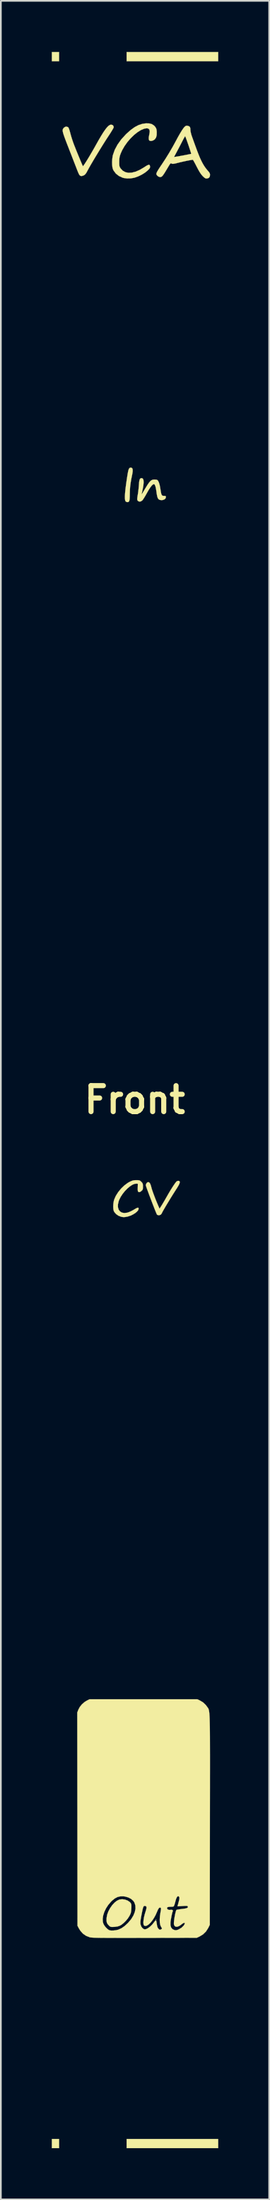
<source format=kicad_pcb>
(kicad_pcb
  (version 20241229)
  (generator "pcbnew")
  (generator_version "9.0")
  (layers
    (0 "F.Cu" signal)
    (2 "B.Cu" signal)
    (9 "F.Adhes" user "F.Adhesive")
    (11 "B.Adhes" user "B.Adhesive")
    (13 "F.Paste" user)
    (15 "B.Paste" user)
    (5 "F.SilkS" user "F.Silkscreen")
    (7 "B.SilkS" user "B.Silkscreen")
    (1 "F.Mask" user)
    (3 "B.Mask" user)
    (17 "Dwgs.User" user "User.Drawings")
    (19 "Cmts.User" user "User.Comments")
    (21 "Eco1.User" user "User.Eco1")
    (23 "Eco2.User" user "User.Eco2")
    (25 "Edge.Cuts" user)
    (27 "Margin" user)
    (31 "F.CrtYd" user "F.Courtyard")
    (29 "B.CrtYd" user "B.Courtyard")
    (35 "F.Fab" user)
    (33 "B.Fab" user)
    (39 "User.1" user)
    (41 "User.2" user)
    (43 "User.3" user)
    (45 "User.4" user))
  (footprint "Front"
    (layer "F.Cu")
    (at 4.887 61.501)
    (property "Reference" "Front" (at 0 0 0) (layer "F.SilkS") (effects (font (size 1.524 1.524) (thickness 0.3))))
    (attr through_hole)
    (fp_poly (pts (xy -4.459 -60.96) (xy -4.882 -60.96) (xy -4.882 -61.496) (xy -4.459 -61.496) (xy -4.459 -60.96)) (stroke (width 0.01) (type solid)) (fill yes) (layer "F.SilkS"))
    (fp_poly (pts (xy -4.459 61.524) (xy -4.882 61.524) (xy -4.882 60.988) (xy -4.459 60.988) (xy -4.459 61.524)) (stroke (width 0.01) (type solid)) (fill yes) (layer "F.SilkS"))
    (fp_poly (pts (xy 1.27 48.105) (xy 1.256 48.119) (xy 1.242 48.105) (xy 1.256 48.091) (xy 1.27 48.105)) (stroke (width 0.01) (type solid)) (fill yes) (layer "F.SilkS"))
    (fp_poly (pts (xy 4.911 -60.96) (xy -0.48 -60.96) (xy -0.48 -61.496) (xy 4.911 -61.496) (xy 4.911 -60.96)) (stroke (width 0.01) (type solid)) (fill yes) (layer "F.SilkS"))
    (fp_poly (pts (xy 4.911 61.524) (xy -0.48 61.524) (xy -0.48 60.988) (xy 4.911 60.988) (xy 4.911 61.524)) (stroke (width 0.01) (type solid)) (fill yes) (layer "F.SilkS"))
    (fp_poly (pts (xy -0.212 -37.105) (xy -0.154 -37.074) (xy -0.124 -37) (xy -0.123 -36.879) (xy -0.15 -36.712) (xy -0.151 -36.708) (xy -0.206 -36.44) (xy -0.245 -36.21) (xy -0.272 -36) (xy -0.287 -35.795) (xy -0.293 -35.578) (xy -0.293 -35.571) (xy -0.296 -35.392) (xy -0.304 -35.262) (xy -0.319 -35.173) (xy -0.343 -35.118) (xy -0.378 -35.09) (xy -0.426 -35.08) (xy -0.437 -35.08) (xy -0.506 -35.1) (xy -0.54 -35.127) (xy -0.566 -35.185) (xy -0.58 -35.284) (xy -0.582 -35.425) (xy -0.571 -35.61) (xy -0.548 -35.843) (xy -0.513 -36.124) (xy -0.464 -36.457) (xy -0.424 -36.712) (xy -0.394 -36.875) (xy -0.364 -36.989) (xy -0.329 -37.061) (xy -0.285 -37.098) (xy -0.23 -37.106) (xy -0.212 -37.105)) (stroke (width 0.01) (type solid)) (fill yes) (layer "F.SilkS"))
    (fp_poly (pts (xy -0.577 46.936) (xy -0.423 46.992) (xy -0.297 47.077) (xy -0.254 47.123) (xy -0.224 47.167) (xy -0.207 47.214) (xy -0.199 47.28) (xy -0.2 47.38) (xy -0.203 47.456) (xy -0.211 47.588) (xy -0.226 47.686) (xy -0.252 47.77) (xy -0.296 47.861) (xy -0.311 47.89) (xy -0.407 48.04) (xy -0.531 48.189) (xy -0.668 48.323) (xy -0.805 48.426) (xy -0.867 48.461) (xy -0.997 48.509) (xy -1.155 48.533) (xy -1.217 48.538) (xy -1.326 48.542) (xy -1.397 48.538) (xy -1.446 48.522) (xy -1.491 48.488) (xy -1.534 48.446) (xy -1.602 48.369) (xy -1.643 48.294) (xy -1.662 48.203) (xy -1.663 48.082) (xy -1.658 48.002) (xy -1.625 47.818) (xy -1.555 47.628) (xy -1.455 47.441) (xy -1.334 47.268) (xy -1.197 47.119) (xy -1.054 47.005) (xy -0.91 46.936) (xy -0.894 46.931) (xy -0.739 46.914) (xy -0.577 46.936)) (stroke (width 0.01) (type solid)) (fill yes) (layer "F.SilkS"))
    (fp_poly (pts (xy 2.595 4.755) (xy 2.637 4.781) (xy 2.651 4.827) (xy 2.636 4.898) (xy 2.59 4.999) (xy 2.511 5.135) (xy 2.43 5.261) (xy 2.334 5.411) (xy 2.228 5.578) (xy 2.118 5.755) (xy 2.008 5.935) (xy 1.902 6.109) (xy 1.806 6.269) (xy 1.723 6.41) (xy 1.659 6.522) (xy 1.618 6.599) (xy 1.607 6.624) (xy 1.568 6.693) (xy 1.53 6.735) (xy 1.457 6.767) (xy 1.379 6.769) (xy 1.317 6.742) (xy 1.302 6.724) (xy 1.277 6.669) (xy 1.237 6.573) (xy 1.184 6.443) (xy 1.123 6.287) (xy 1.055 6.113) (xy 0.984 5.928) (xy 0.913 5.742) (xy 0.844 5.56) (xy 0.782 5.392) (xy 0.728 5.246) (xy 0.686 5.128) (xy 0.659 5.047) (xy 0.649 5.012) (xy 0.667 4.935) (xy 0.712 4.868) (xy 0.769 4.829) (xy 0.787 4.826) (xy 0.85 4.847) (xy 0.902 4.912) (xy 0.947 5.026) (xy 0.973 5.122) (xy 1.002 5.229) (xy 1.051 5.376) (xy 1.115 5.552) (xy 1.188 5.745) (xy 1.268 5.946) (xy 1.35 6.141) (xy 1.391 6.235) (xy 1.459 6.389) (xy 1.566 6.221) (xy 1.622 6.131) (xy 1.696 6.007) (xy 1.779 5.866) (xy 1.86 5.723) (xy 1.865 5.715) (xy 1.986 5.504) (xy 2.103 5.308) (xy 2.212 5.134) (xy 2.309 4.987) (xy 2.389 4.874) (xy 2.45 4.8) (xy 2.475 4.777) (xy 2.547 4.752) (xy 2.595 4.755)) (stroke (width 0.01) (type solid)) (fill yes) (layer "F.SilkS"))
    (fp_poly (pts (xy 0.197 4.715) (xy 0.266 4.725) (xy 0.317 4.749) (xy 0.368 4.794) (xy 0.384 4.809) (xy 0.436 4.866) (xy 0.465 4.917) (xy 0.477 4.984) (xy 0.48 5.085) (xy 0.48 5.089) (xy 0.478 5.191) (xy 0.467 5.255) (xy 0.441 5.3) (xy 0.394 5.344) (xy 0.393 5.346) (xy 0.317 5.401) (xy 0.259 5.416) (xy 0.204 5.395) (xy 0.203 5.395) (xy 0.184 5.361) (xy 0.174 5.286) (xy 0.175 5.163) (xy 0.175 5.148) (xy 0.183 4.925) (xy 0.103 4.916) (xy -0.011 4.928) (xy -0.143 4.984) (xy -0.286 5.077) (xy -0.433 5.2) (xy -0.576 5.346) (xy -0.708 5.508) (xy -0.822 5.679) (xy -0.912 5.853) (xy -0.946 5.941) (xy -0.991 6.132) (xy -0.992 6.299) (xy -0.951 6.439) (xy -0.874 6.545) (xy -0.762 6.615) (xy -0.62 6.642) (xy -0.451 6.623) (xy -0.422 6.616) (xy -0.313 6.576) (xy -0.183 6.517) (xy -0.061 6.45) (xy -0.053 6.445) (xy 0.066 6.374) (xy 0.147 6.336) (xy 0.196 6.328) (xy 0.22 6.349) (xy 0.226 6.396) (xy 0.2 6.474) (xy 0.129 6.559) (xy 0.024 6.646) (xy -0.108 6.727) (xy -0.255 6.796) (xy -0.409 6.846) (xy -0.446 6.854) (xy -0.573 6.877) (xy -0.672 6.881) (xy -0.769 6.868) (xy -0.804 6.86) (xy -0.959 6.8) (xy -1.095 6.707) (xy -1.198 6.592) (xy -1.24 6.51) (xy -1.263 6.402) (xy -1.27 6.259) (xy -1.262 6.102) (xy -1.238 5.949) (xy -1.211 5.848) (xy -1.115 5.632) (xy -0.975 5.413) (xy -0.804 5.205) (xy -0.611 5.02) (xy -0.41 4.872) (xy -0.309 4.815) (xy -0.193 4.761) (xy -0.101 4.73) (xy -0.008 4.716) (xy 0.091 4.713) (xy 0.197 4.715)) (stroke (width 0.01) (type solid)) (fill yes) (layer "F.SilkS"))
    (fp_poly (pts (xy 0.426 -36.487) (xy 0.482 -36.451) (xy 0.514 -36.366) (xy 0.521 -36.231) (xy 0.504 -36.047) (xy 0.461 -35.815) (xy 0.439 -35.715) (xy 0.419 -35.626) (xy 0.407 -35.563) (xy 0.405 -35.54) (xy 0.421 -35.561) (xy 0.46 -35.622) (xy 0.517 -35.715) (xy 0.587 -35.832) (xy 0.621 -35.888) (xy 0.731 -36.068) (xy 0.822 -36.202) (xy 0.901 -36.298) (xy 0.973 -36.359) (xy 1.045 -36.394) (xy 1.122 -36.406) (xy 1.142 -36.407) (xy 1.229 -36.403) (xy 1.298 -36.393) (xy 1.311 -36.389) (xy 1.369 -36.338) (xy 1.421 -36.233) (xy 1.467 -36.077) (xy 1.506 -35.871) (xy 1.507 -35.861) (xy 1.532 -35.7) (xy 1.555 -35.588) (xy 1.58 -35.514) (xy 1.611 -35.472) (xy 1.653 -35.453) (xy 1.71 -35.447) (xy 1.723 -35.447) (xy 1.795 -35.443) (xy 1.827 -35.425) (xy 1.834 -35.382) (xy 1.834 -35.379) (xy 1.809 -35.298) (xy 1.74 -35.237) (xy 1.64 -35.203) (xy 1.557 -35.199) (xy 1.47 -35.213) (xy 1.405 -35.248) (xy 1.358 -35.312) (xy 1.323 -35.412) (xy 1.295 -35.557) (xy 1.283 -35.642) (xy 1.255 -35.833) (xy 1.226 -35.973) (xy 1.195 -36.067) (xy 1.161 -36.121) (xy 1.138 -36.137) (xy 1.085 -36.127) (xy 1.014 -36.068) (xy 0.927 -35.961) (xy 0.826 -35.81) (xy 0.714 -35.616) (xy 0.706 -35.6) (xy 0.631 -35.468) (xy 0.559 -35.348) (xy 0.497 -35.252) (xy 0.452 -35.191) (xy 0.447 -35.186) (xy 0.36 -35.125) (xy 0.271 -35.111) (xy 0.193 -35.145) (xy 0.185 -35.153) (xy 0.16 -35.185) (xy 0.147 -35.228) (xy 0.145 -35.291) (xy 0.156 -35.385) (xy 0.178 -35.522) (xy 0.184 -35.554) (xy 0.204 -35.688) (xy 0.223 -35.852) (xy 0.238 -36.019) (xy 0.244 -36.097) (xy 0.257 -36.26) (xy 0.277 -36.374) (xy 0.307 -36.446) (xy 0.349 -36.482) (xy 0.408 -36.489) (xy 0.426 -36.487)) (stroke (width 0.01) (type solid)) (fill yes) (layer "F.SilkS"))
    (fp_poly (pts (xy -1.305 -57.212) (xy -1.253 -57.148) (xy -1.242 -57.077) (xy -1.257 -57.039) (xy -1.299 -56.963) (xy -1.363 -56.857) (xy -1.443 -56.729) (xy -1.535 -56.589) (xy -1.654 -56.407) (xy -1.787 -56.2) (xy -1.929 -55.974) (xy -2.075 -55.739) (xy -2.22 -55.501) (xy -2.36 -55.271) (xy -2.489 -55.054) (xy -2.603 -54.86) (xy -2.696 -54.697) (xy -2.763 -54.573) (xy -2.766 -54.568) (xy -2.835 -54.439) (xy -2.892 -54.353) (xy -2.944 -54.297) (xy -2.993 -54.264) (xy -3.107 -54.222) (xy -3.194 -54.226) (xy -3.257 -54.276) (xy -3.259 -54.278) (xy -3.289 -54.334) (xy -3.332 -54.425) (xy -3.377 -54.536) (xy -3.39 -54.568) (xy -3.42 -54.646) (xy -3.468 -54.769) (xy -3.531 -54.93) (xy -3.605 -55.12) (xy -3.688 -55.334) (xy -3.777 -55.562) (xy -3.87 -55.799) (xy -3.872 -55.805) (xy -3.978 -56.076) (xy -4.064 -56.299) (xy -4.132 -56.481) (xy -4.183 -56.626) (xy -4.218 -56.739) (xy -4.239 -56.827) (xy -4.246 -56.893) (xy -4.242 -56.944) (xy -4.227 -56.985) (xy -4.203 -57.021) (xy -4.172 -57.057) (xy -4.092 -57.109) (xy -4.003 -57.118) (xy -3.925 -57.082) (xy -3.913 -57.07) (xy -3.887 -57.022) (xy -3.854 -56.933) (xy -3.819 -56.817) (xy -3.795 -56.727) (xy -3.754 -56.577) (xy -3.699 -56.4) (xy -3.639 -56.22) (xy -3.593 -56.094) (xy -3.55 -55.984) (xy -3.495 -55.846) (xy -3.432 -55.688) (xy -3.363 -55.521) (xy -3.293 -55.351) (xy -3.226 -55.19) (xy -3.165 -55.045) (xy -3.114 -54.925) (xy -3.076 -54.84) (xy -3.056 -54.798) (xy -3.056 -54.798) (xy -3.037 -54.812) (xy -2.993 -54.869) (xy -2.929 -54.964) (xy -2.848 -55.09) (xy -2.754 -55.242) (xy -2.65 -55.415) (xy -2.54 -55.602) (xy -2.426 -55.797) (xy -2.314 -55.995) (xy -2.292 -56.035) (xy -2.124 -56.333) (xy -1.977 -56.582) (xy -1.849 -56.787) (xy -1.737 -56.948) (xy -1.64 -57.071) (xy -1.556 -57.157) (xy -1.481 -57.21) (xy -1.413 -57.233) (xy -1.392 -57.235) (xy -1.305 -57.212)) (stroke (width 0.01) (type solid)) (fill yes) (layer "F.SilkS"))
    (fp_poly (pts (xy 0.846 -57.308) (xy 1.004 -57.266) (xy 1.133 -57.183) (xy 1.202 -57.107) (xy 1.248 -57.038) (xy 1.275 -56.967) (xy 1.289 -56.873) (xy 1.294 -56.799) (xy 1.289 -56.619) (xy 1.254 -56.481) (xy 1.186 -56.381) (xy 1.124 -56.332) (xy 1.02 -56.287) (xy 0.926 -56.278) (xy 0.856 -56.306) (xy 0.852 -56.309) (xy 0.825 -56.373) (xy 0.824 -56.485) (xy 0.852 -56.644) (xy 0.86 -56.68) (xy 0.882 -56.829) (xy 0.865 -56.935) (xy 0.811 -57) (xy 0.718 -57.024) (xy 0.587 -57.006) (xy 0.559 -56.999) (xy 0.364 -56.918) (xy 0.159 -56.791) (xy -0.048 -56.626) (xy -0.249 -56.43) (xy -0.437 -56.211) (xy -0.604 -55.976) (xy -0.744 -55.734) (xy -0.823 -55.558) (xy -0.868 -55.437) (xy -0.895 -55.337) (xy -0.91 -55.233) (xy -0.915 -55.104) (xy -0.915 -55.057) (xy -0.915 -54.929) (xy -0.91 -54.841) (xy -0.897 -54.779) (xy -0.873 -54.726) (xy -0.834 -54.666) (xy -0.832 -54.663) (xy -0.708 -54.532) (xy -0.556 -54.447) (xy -0.378 -54.409) (xy -0.177 -54.418) (xy 0.045 -54.474) (xy 0.284 -54.576) (xy 0.538 -54.724) (xy 0.573 -54.747) (xy 0.698 -54.827) (xy 0.788 -54.871) (xy 0.846 -54.88) (xy 0.881 -54.854) (xy 0.897 -54.793) (xy 0.898 -54.782) (xy 0.898 -54.729) (xy 0.881 -54.681) (xy 0.839 -54.626) (xy 0.763 -54.55) (xy 0.748 -54.536) (xy 0.596 -54.415) (xy 0.408 -54.3) (xy 0.204 -54.201) (xy 0.002 -54.128) (xy -0.041 -54.116) (xy -0.243 -54.083) (xy -0.451 -54.078) (xy -0.642 -54.103) (xy -0.725 -54.126) (xy -0.941 -54.227) (xy -1.114 -54.364) (xy -1.244 -54.537) (xy -1.288 -54.626) (xy -1.316 -54.732) (xy -1.332 -54.876) (xy -1.335 -55.043) (xy -1.326 -55.215) (xy -1.304 -55.377) (xy -1.286 -55.457) (xy -1.178 -55.761) (xy -1.015 -56.064) (xy -0.799 -56.365) (xy -0.531 -56.659) (xy -0.476 -56.713) (xy -0.235 -56.925) (xy -0.008 -57.088) (xy 0.211 -57.205) (xy 0.43 -57.278) (xy 0.651 -57.312) (xy 0.846 -57.308)) (stroke (width 0.01) (type solid)) (fill yes) (layer "F.SilkS"))
    (fp_poly (pts (xy 3.107 -57.168) (xy 3.198 -57.14) (xy 3.249 -57.095) (xy 3.271 -57.017) (xy 3.274 -56.942) (xy 3.287 -56.824) (xy 3.321 -56.679) (xy 3.355 -56.571) (xy 3.465 -56.266) (xy 3.559 -56.007) (xy 3.639 -55.79) (xy 3.708 -55.608) (xy 3.768 -55.455) (xy 3.822 -55.324) (xy 3.873 -55.211) (xy 3.922 -55.108) (xy 3.972 -55.01) (xy 4.019 -54.923) (xy 4.097 -54.796) (xy 4.19 -54.664) (xy 4.28 -54.555) (xy 4.283 -54.552) (xy 4.36 -54.463) (xy 4.405 -54.398) (xy 4.426 -54.34) (xy 4.431 -54.276) (xy 4.41 -54.17) (xy 4.347 -54.103) (xy 4.245 -54.075) (xy 4.222 -54.074) (xy 4.163 -54.085) (xy 4.098 -54.125) (xy 4.016 -54.2) (xy 3.993 -54.223) (xy 3.913 -54.316) (xy 3.831 -54.436) (xy 3.741 -54.59) (xy 3.644 -54.774) (xy 3.574 -54.91) (xy 3.512 -55.026) (xy 3.462 -55.114) (xy 3.43 -55.165) (xy 3.421 -55.174) (xy 3.359 -55.168) (xy 3.255 -55.151) (xy 3.122 -55.126) (xy 2.971 -55.095) (xy 2.816 -55.061) (xy 2.67 -55.027) (xy 2.57 -55.002) (xy 2.423 -54.965) (xy 2.32 -54.943) (xy 2.249 -54.935) (xy 2.2 -54.94) (xy 2.177 -54.948) (xy 2.15 -54.962) (xy 2.128 -54.968) (xy 2.108 -54.962) (xy 2.083 -54.936) (xy 2.047 -54.885) (xy 1.996 -54.802) (xy 1.923 -54.68) (xy 1.873 -54.596) (xy 1.777 -54.437) (xy 1.702 -54.321) (xy 1.642 -54.241) (xy 1.592 -54.192) (xy 1.546 -54.167) (xy 1.498 -54.159) (xy 1.49 -54.158) (xy 1.414 -54.179) (xy 1.339 -54.228) (xy 1.286 -54.292) (xy 1.27 -54.342) (xy 1.278 -54.386) (xy 1.303 -54.447) (xy 1.349 -54.531) (xy 1.419 -54.644) (xy 1.518 -54.793) (xy 1.595 -54.906) (xy 1.811 -55.234) (xy 1.875 -55.337) (xy 2.311 -55.337) (xy 2.447 -55.356) (xy 2.527 -55.369) (xy 2.647 -55.39) (xy 2.79 -55.416) (xy 2.941 -55.444) (xy 2.948 -55.445) (xy 3.084 -55.472) (xy 3.198 -55.495) (xy 3.28 -55.512) (xy 3.32 -55.522) (xy 3.321 -55.523) (xy 3.317 -55.552) (xy 3.296 -55.624) (xy 3.263 -55.729) (xy 3.221 -55.856) (xy 3.174 -55.997) (xy 3.124 -56.141) (xy 3.076 -56.278) (xy 3.033 -56.397) (xy 2.998 -56.49) (xy 2.975 -56.546) (xy 2.967 -56.557) (xy 2.947 -56.534) (xy 2.909 -56.47) (xy 2.858 -56.377) (xy 2.816 -56.296) (xy 2.749 -56.167) (xy 2.667 -56.008) (xy 2.579 -55.84) (xy 2.497 -55.686) (xy 2.311 -55.337) (xy 1.875 -55.337) (xy 2.032 -55.59) (xy 2.242 -55.95) (xy 2.405 -56.248) (xy 2.542 -56.502) (xy 2.665 -56.718) (xy 2.772 -56.892) (xy 2.86 -57.021) (xy 2.928 -57.102) (xy 2.931 -57.104) (xy 2.997 -57.157) (xy 3.055 -57.174) (xy 3.107 -57.168)) (stroke (width 0.01) (type solid)) (fill yes) (layer "F.SilkS"))
    (fp_poly (pts (xy 3.816 35.24) (xy 4.016 35.358) (xy 4.178 35.51) (xy 4.248 35.602) (xy 4.268 35.631) (xy 4.287 35.655) (xy 4.304 35.679) (xy 4.32 35.703) (xy 4.335 35.73) (xy 4.348 35.763) (xy 4.36 35.803) (xy 4.371 35.853) (xy 4.38 35.915) (xy 4.389 35.991) (xy 4.396 36.083) (xy 4.403 36.195) (xy 4.409 36.327) (xy 4.413 36.483) (xy 4.417 36.664) (xy 4.421 36.872) (xy 4.423 37.111) (xy 4.425 37.382) (xy 4.426 37.687) (xy 4.427 38.029) (xy 4.428 38.409) (xy 4.428 38.831) (xy 4.428 39.296) (xy 4.427 39.806) (xy 4.427 40.365) (xy 4.426 40.973) (xy 4.425 41.634) (xy 4.424 42.251) (xy 4.417 48.416) (xy 4.325 48.603) (xy 4.193 48.809) (xy 4.019 48.978) (xy 3.815 49.102) (xy 3.655 49.177) (xy 0.579 49.183) (xy 0.086 49.184) (xy -0.353 49.184) (xy -0.742 49.184) (xy -1.084 49.184) (xy -1.382 49.183) (xy -1.639 49.182) (xy -1.859 49.181) (xy -2.045 49.179) (xy -2.199 49.176) (xy -2.325 49.173) (xy -2.427 49.17) (xy -2.506 49.165) (xy -2.567 49.16) (xy -2.613 49.155) (xy -2.646 49.148) (xy -2.652 49.146) (xy -2.871 49.061) (xy -3.056 48.932) (xy -3.21 48.757) (xy -3.297 48.616) (xy -3.373 48.472) (xy -3.373 48.071) (xy -1.89 48.071) (xy -1.879 48.253) (xy -1.847 48.357) (xy -1.791 48.458) (xy -1.709 48.562) (xy -1.617 48.654) (xy -1.528 48.72) (xy -1.485 48.739) (xy -1.384 48.754) (xy -1.251 48.751) (xy -1.108 48.734) (xy -0.976 48.703) (xy -0.953 48.695) (xy -0.775 48.612) (xy -0.594 48.485) (xy -0.405 48.31) (xy -0.376 48.28) (xy 0.329 48.28) (xy 0.332 48.34) (xy 0.34 48.396) (xy 0.343 48.408) (xy 0.384 48.518) (xy 0.452 48.609) (xy 0.533 48.668) (xy 0.596 48.683) (xy 0.689 48.661) (xy 0.8 48.599) (xy 0.919 48.507) (xy 1.034 48.393) (xy 1.133 48.269) (xy 1.184 48.2) (xy 1.226 48.156) (xy 1.241 48.147) (xy 1.259 48.172) (xy 1.277 48.237) (xy 1.284 48.281) (xy 1.303 48.414) (xy 1.321 48.505) (xy 1.342 48.567) (xy 1.37 48.617) (xy 1.387 48.64) (xy 1.447 48.698) (xy 1.505 48.706) (xy 1.566 48.673) (xy 1.597 48.646) (xy 1.599 48.617) (xy 1.57 48.568) (xy 1.552 48.541) (xy 1.504 48.436) (xy 1.476 48.286) (xy 1.469 48.103) (xy 1.483 47.895) (xy 1.511 47.707) (xy 1.534 47.579) (xy 1.545 47.495) (xy 1.544 47.446) (xy 1.532 47.419) (xy 1.529 47.418) (xy 1.899 47.418) (xy 1.903 47.463) (xy 1.948 47.519) (xy 2.031 47.543) (xy 2.114 47.538) (xy 2.195 47.537) (xy 2.24 47.565) (xy 2.24 47.617) (xy 2.234 47.628) (xy 2.214 47.684) (xy 2.189 47.782) (xy 2.162 47.907) (xy 2.136 48.045) (xy 2.113 48.182) (xy 2.101 48.274) (xy 2.1 48.437) (xy 2.138 48.568) (xy 2.213 48.662) (xy 2.258 48.69) (xy 2.35 48.728) (xy 2.433 48.735) (xy 2.526 48.711) (xy 2.596 48.681) (xy 2.751 48.589) (xy 2.872 48.473) (xy 2.925 48.394) (xy 2.947 48.328) (xy 2.931 48.298) (xy 2.884 48.303) (xy 2.811 48.345) (xy 2.761 48.385) (xy 2.633 48.477) (xy 2.519 48.525) (xy 2.423 48.53) (xy 2.352 48.491) (xy 2.31 48.409) (xy 2.306 48.387) (xy 2.303 48.313) (xy 2.311 48.204) (xy 2.327 48.075) (xy 2.349 47.936) (xy 2.375 47.801) (xy 2.403 47.682) (xy 2.429 47.592) (xy 2.453 47.543) (xy 2.458 47.539) (xy 2.495 47.529) (xy 2.575 47.515) (xy 2.686 47.499) (xy 2.781 47.487) (xy 2.935 47.466) (xy 3.04 47.444) (xy 3.101 47.418) (xy 3.127 47.387) (xy 3.124 47.346) (xy 3.122 47.341) (xy 3.108 47.32) (xy 3.079 47.307) (xy 3.025 47.303) (xy 2.935 47.305) (xy 2.809 47.313) (xy 2.515 47.332) (xy 2.582 47.086) (xy 2.617 46.948) (xy 2.631 46.855) (xy 2.627 46.798) (xy 2.622 46.788) (xy 2.578 46.739) (xy 2.53 46.742) (xy 2.481 46.793) (xy 2.435 46.89) (xy 2.398 47.018) (xy 2.371 47.125) (xy 2.341 47.224) (xy 2.326 47.265) (xy 2.302 47.317) (xy 2.272 47.344) (xy 2.219 47.355) (xy 2.126 47.357) (xy 2.125 47.357) (xy 2.002 47.363) (xy 1.929 47.382) (xy 1.899 47.418) (xy 1.529 47.418) (xy 1.523 47.413) (xy 1.472 47.402) (xy 1.421 47.436) (xy 1.368 47.519) (xy 1.314 47.644) (xy 1.23 47.835) (xy 1.134 48.01) (xy 1.03 48.165) (xy 0.923 48.295) (xy 0.818 48.395) (xy 0.719 48.46) (xy 0.631 48.485) (xy 0.559 48.465) (xy 0.536 48.443) (xy 0.513 48.379) (xy 0.507 48.273) (xy 0.517 48.136) (xy 0.543 47.979) (xy 0.582 47.813) (xy 0.621 47.685) (xy 0.667 47.538) (xy 0.69 47.435) (xy 0.688 47.367) (xy 0.662 47.327) (xy 0.61 47.308) (xy 0.601 47.306) (xy 0.557 47.308) (xy 0.523 47.333) (xy 0.494 47.391) (xy 0.466 47.49) (xy 0.44 47.611) (xy 0.398 47.821) (xy 0.367 47.985) (xy 0.345 48.11) (xy 0.333 48.206) (xy 0.329 48.28) (xy -0.376 48.28) (xy -0.373 48.277) (xy -0.206 48.076) (xy -0.081 47.87) (xy 0.002 47.666) (xy 0.042 47.469) (xy 0.035 47.284) (xy -0.017 47.118) (xy -0.086 47.011) (xy -0.211 46.899) (xy -0.374 46.813) (xy -0.561 46.758) (xy -0.671 46.743) (xy -0.853 46.746) (xy -1.014 46.784) (xy -1.168 46.863) (xy -1.325 46.987) (xy -1.398 47.058) (xy -1.56 47.246) (xy -1.693 47.449) (xy -1.795 47.661) (xy -1.862 47.871) (xy -1.89 48.071) (xy -3.373 48.071) (xy -3.38 42.215) (xy -3.387 35.959) (xy -3.328 35.802) (xy -3.242 35.636) (xy -3.114 35.477) (xy -2.959 35.342) (xy -2.832 35.263) (xy -2.667 35.179) (xy 3.683 35.179) (xy 3.816 35.24)) (stroke (width 0.01) (type solid)) (fill yes) (layer "F.SilkS")))
  (gr_rect
    (start -3 -3)
    (end 12.803 126.031)
    (stroke (width 0.1) (type default))
    (fill no)
    (layer "Edge.Cuts")))
</source>
